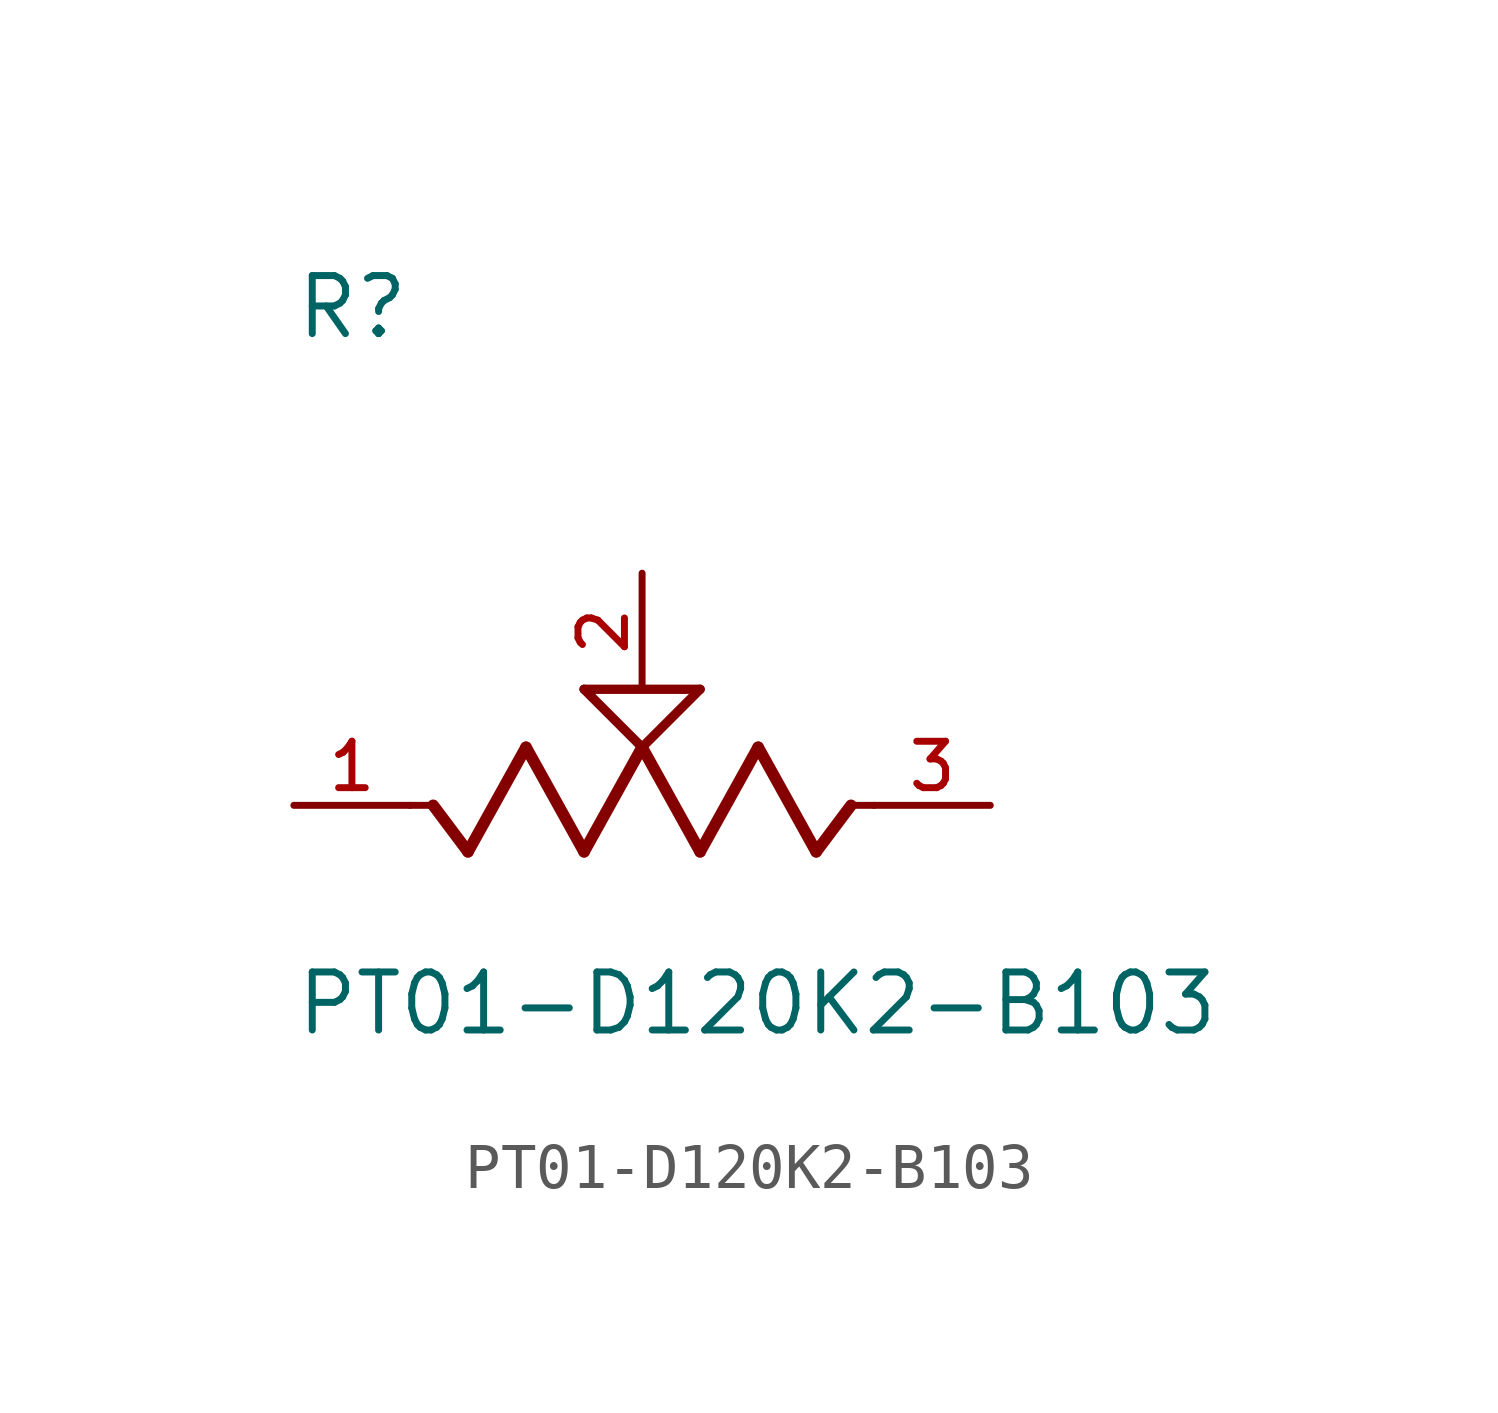
<source format=kicad_sym>
(kicad_symbol_lib
  (version 20211014)
  (generator kicad_symbol_editor)
  (symbol "PT01-D120K2-B103"
    (pin_names
      (offset 1.016))
    (property "Reference" "R"
      (at -7.62 10.16 0)
      (effects (font (size 1.27 1.27)) (justify bottom left)))
    (property "Value" "PT01-D120K2-B103"
      (at -7.62 -5.08 0)
      (effects (font (size 1.27 1.27)) (justify bottom left)))
    (symbol "PT01-D120K2-B103_0_0"
      (polyline (pts (xy 5.08 0.0) (xy 4.572 0.0)) (stroke (width 0.152)))
      (polyline (pts (xy 4.572 0.0) (xy 3.81 -1.016)) (stroke (width 0.254)))
      (polyline (pts (xy 3.81 -1.016) (xy 2.54 1.27)) (stroke (width 0.254)))
      (polyline (pts (xy 2.54 1.27) (xy 1.27 -1.016)) (stroke (width 0.254)))
      (polyline (pts (xy 1.27 -1.016) (xy 0.0 1.27)) (stroke (width 0.254)))
      (polyline (pts (xy 0.0 1.27) (xy -1.27 -1.016)) (stroke (width 0.254)))
      (polyline (pts (xy -1.27 -1.016) (xy -2.54 1.27)) (stroke (width 0.254)))
      (polyline (pts (xy -2.54 1.27) (xy -3.81 -1.016)) (stroke (width 0.254)))
      (polyline (pts (xy -3.81 -1.016) (xy -4.572 0.0)) (stroke (width 0.254)))
      (polyline (pts (xy -4.572 0.0) (xy -5.08 0.0)) (stroke (width 0.152)))
      (polyline (pts (xy 0.0 1.27) (xy -1.27 2.54)) (stroke (width 0.203)))
      (polyline (pts (xy 1.27 2.54) (xy 0.0 1.27)) (stroke (width 0.203)))
      (polyline (pts (xy -1.27 2.54) (xy 1.27 2.54)) (stroke (width 0.203)))
      (pin passive line (at 7.62 0.0 180.0) (length 2.54) (name "~" (effects (font (size 1.016 1.016)))) (number "3" (effects (font (size 1.016 1.016)))))
      (pin passive line (at -7.62 0.0 0) (length 2.54) (name "~" (effects (font (size 1.016 1.016)))) (number "1" (effects (font (size 1.016 1.016)))))
      (pin passive line (at 0.0 5.08 270.0) (length 2.54) (name "~" (effects (font (size 1.016 1.016)))) (number "2" (effects (font (size 1.016 1.016))))))))
</source>
